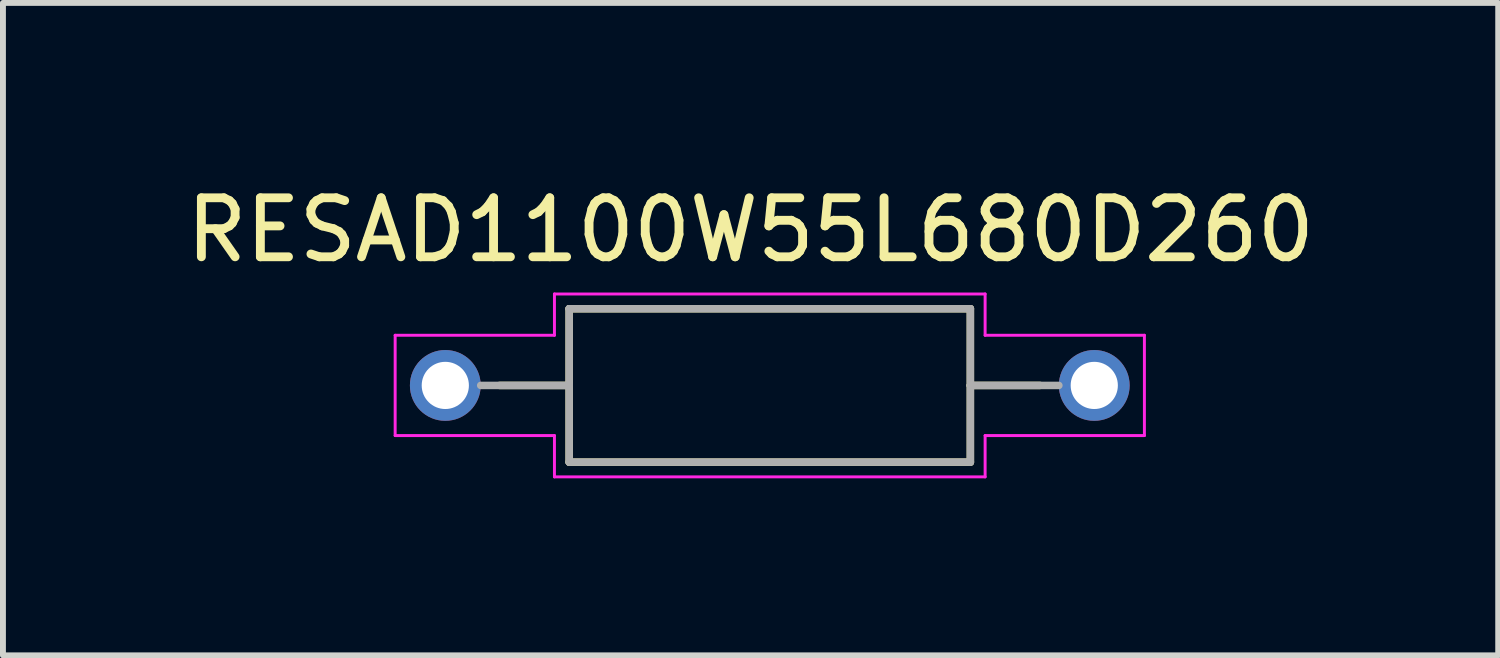
<source format=kicad_pcb>
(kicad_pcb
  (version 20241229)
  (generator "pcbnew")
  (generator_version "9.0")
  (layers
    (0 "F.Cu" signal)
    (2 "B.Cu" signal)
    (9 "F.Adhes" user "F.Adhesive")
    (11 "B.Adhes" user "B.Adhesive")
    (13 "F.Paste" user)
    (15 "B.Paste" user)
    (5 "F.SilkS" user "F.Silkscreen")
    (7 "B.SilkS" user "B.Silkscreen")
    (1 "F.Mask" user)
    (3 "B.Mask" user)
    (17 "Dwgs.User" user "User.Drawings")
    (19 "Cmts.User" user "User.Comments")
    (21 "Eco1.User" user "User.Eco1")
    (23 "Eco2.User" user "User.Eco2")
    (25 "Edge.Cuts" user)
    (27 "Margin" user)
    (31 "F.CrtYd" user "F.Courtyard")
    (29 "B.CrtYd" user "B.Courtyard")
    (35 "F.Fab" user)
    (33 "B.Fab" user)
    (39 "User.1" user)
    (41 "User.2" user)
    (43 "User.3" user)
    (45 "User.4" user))
  (footprint "RESAD1100W55L680D260"
    (layer "F.Cu")
    (at 9.998 3.483)
    (property "Reference" "RESAD1100W55L680D260" (at -0.325 -2.635 0) (layer "F.SilkS") (effects (font (size 1 1) (thickness 0.15))))
    (attr through_hole)
    (fp_line (start -4.58 0) (end -3.4 0) (stroke (width 0.127) (type solid)) (layer "F.SilkS"))
    (fp_line (start -3.4 -1.3) (end -3.4 0) (stroke (width 0.127) (type solid)) (layer "F.SilkS"))
    (fp_line (start -3.4 0) (end -3.4 1.3) (stroke (width 0.127) (type solid)) (layer "F.SilkS"))
    (fp_line (start -3.4 1.3) (end 3.4 1.3) (stroke (width 0.127) (type solid)) (layer "F.SilkS"))
    (fp_line (start 3.4 -1.3) (end -3.4 -1.3) (stroke (width 0.127) (type solid)) (layer "F.SilkS"))
    (fp_line (start 3.4 0) (end 3.4 -1.3) (stroke (width 0.127) (type solid)) (layer "F.SilkS"))
    (fp_line (start 3.4 1.3) (end 3.4 0) (stroke (width 0.127) (type solid)) (layer "F.SilkS"))
    (fp_line (start 4.58 0) (end 3.4 0) (stroke (width 0.127) (type solid)) (layer "F.SilkS"))
    (fp_line (start -6.35 -0.85) (end -3.65 -0.85) (stroke (width 0.05) (type solid)) (layer "F.CrtYd"))
    (fp_line (start -6.35 0.85) (end -6.35 -0.85) (stroke (width 0.05) (type solid)) (layer "F.CrtYd"))
    (fp_line (start -3.65 -1.55) (end 3.65 -1.55) (stroke (width 0.05) (type solid)) (layer "F.CrtYd"))
    (fp_line (start -3.65 -0.85) (end -3.65 -1.55) (stroke (width 0.05) (type solid)) (layer "F.CrtYd"))
    (fp_line (start -3.65 0.85) (end -6.35 0.85) (stroke (width 0.05) (type solid)) (layer "F.CrtYd"))
    (fp_line (start -3.65 1.55) (end -3.65 0.85) (stroke (width 0.05) (type solid)) (layer "F.CrtYd"))
    (fp_line (start 3.65 -1.55) (end 3.65 -0.85) (stroke (width 0.05) (type solid)) (layer "F.CrtYd"))
    (fp_line (start 3.65 -0.85) (end 6.35 -0.85) (stroke (width 0.05) (type solid)) (layer "F.CrtYd"))
    (fp_line (start 3.65 0.85) (end 3.65 1.55) (stroke (width 0.05) (type solid)) (layer "F.CrtYd"))
    (fp_line (start 3.65 1.55) (end -3.65 1.55) (stroke (width 0.05) (type solid)) (layer "F.CrtYd"))
    (fp_line (start 6.35 -0.85) (end 6.35 0.85) (stroke (width 0.05) (type solid)) (layer "F.CrtYd"))
    (fp_line (start 6.35 0.85) (end 3.65 0.85) (stroke (width 0.05) (type solid)) (layer "F.CrtYd"))
    (fp_line (start -4.9 0) (end -3.4 0) (stroke (width 0.127) (type solid)) (layer "F.Fab"))
    (fp_line (start -3.4 -1.3) (end -3.4 0) (stroke (width 0.127) (type solid)) (layer "F.Fab"))
    (fp_line (start -3.4 0) (end -3.4 1.3) (stroke (width 0.127) (type solid)) (layer "F.Fab"))
    (fp_line (start -3.4 1.3) (end 3.4 1.3) (stroke (width 0.127) (type solid)) (layer "F.Fab"))
    (fp_line (start 3.4 -1.3) (end -3.4 -1.3) (stroke (width 0.127) (type solid)) (layer "F.Fab"))
    (fp_line (start 3.4 0) (end 3.4 -1.3) (stroke (width 0.127) (type solid)) (layer "F.Fab"))
    (fp_line (start 3.4 1.3) (end 3.4 0) (stroke (width 0.127) (type solid)) (layer "F.Fab"))
    (fp_line (start 4.9 0) (end 3.4 0) (stroke (width 0.127) (type solid)) (layer "F.Fab"))
    (pad "1" thru_hole circle (at -5.5 0) (size 1.2 1.2) (drill 0.8) (layers "*.Cu" "*.Mask"))
    (pad "2" thru_hole circle (at 5.5 0) (size 1.2 1.2) (drill 0.8) (layers "*.Cu" "*.Mask")))
  (gr_rect
    (start -3 -3)
    (end 22.345 8.058)
    (stroke (width 0.1) (type default))
    (fill no)
    (layer "Edge.Cuts")))
</source>
